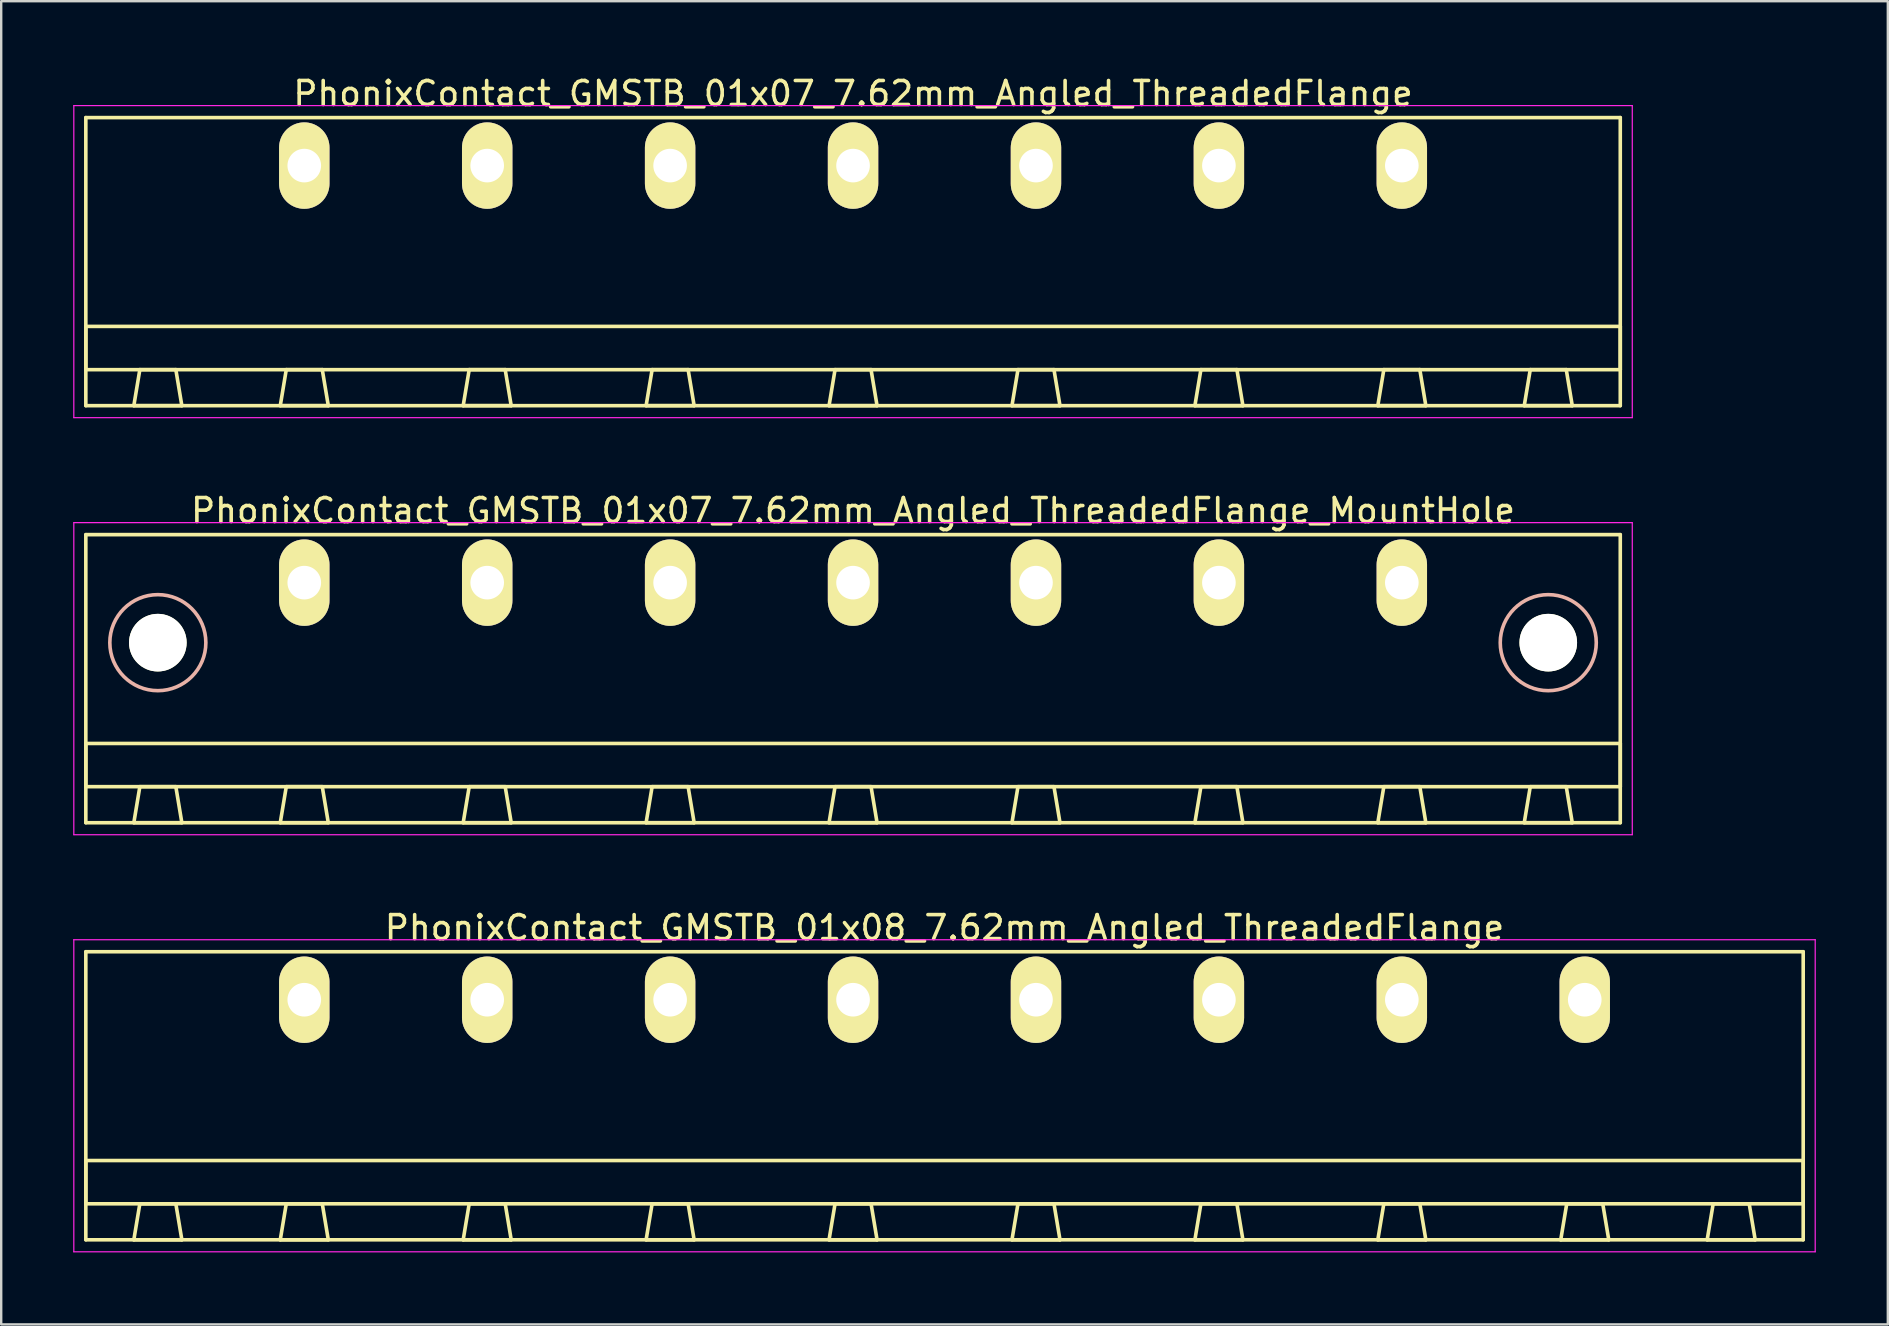
<source format=kicad_pcb>
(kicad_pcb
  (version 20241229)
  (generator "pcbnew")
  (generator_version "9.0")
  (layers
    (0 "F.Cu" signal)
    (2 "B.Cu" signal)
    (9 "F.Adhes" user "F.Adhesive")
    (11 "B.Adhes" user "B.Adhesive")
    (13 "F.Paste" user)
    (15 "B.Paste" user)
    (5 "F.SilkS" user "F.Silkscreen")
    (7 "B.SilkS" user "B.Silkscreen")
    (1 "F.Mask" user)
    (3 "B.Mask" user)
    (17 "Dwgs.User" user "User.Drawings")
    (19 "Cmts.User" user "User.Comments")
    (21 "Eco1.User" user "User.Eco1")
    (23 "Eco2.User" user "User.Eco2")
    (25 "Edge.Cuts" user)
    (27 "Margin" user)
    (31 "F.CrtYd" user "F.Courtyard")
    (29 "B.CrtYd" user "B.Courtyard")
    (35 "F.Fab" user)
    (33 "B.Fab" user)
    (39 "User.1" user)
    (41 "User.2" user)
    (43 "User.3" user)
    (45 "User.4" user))
  (footprint "PhonixContact_GMSTB_01x08_7.62mm_Angled_ThreadedFlange"
    (layer "F.Cu")
    (at 9.625 38.595)
    (property "Reference" "PhonixContact_GMSTB_01x08_7.62mm_Angled_ThreadedFlange" (at 26.67 -3 0) (layer "F.SilkS") (effects (font (size 1 1) (thickness 0.15))))
    (attr through_hole)
    (fp_line (start -9.1 -2) (end -9.1 10) (stroke (width 0.15) (type solid)) (layer "F.SilkS"))
    (fp_line (start -9.1 6.7) (end 62.44 6.7) (stroke (width 0.15) (type solid)) (layer "F.SilkS"))
    (fp_line (start -9.1 8.5) (end -9.1 6.7) (stroke (width 0.15) (type solid)) (layer "F.SilkS"))
    (fp_line (start -9.1 10) (end 62.44 10) (stroke (width 0.15) (type solid)) (layer "F.SilkS"))
    (fp_line (start -7.1 10) (end -5.1 10) (stroke (width 0.15) (type solid)) (layer "F.SilkS"))
    (fp_line (start -6.85 8.5) (end -7.1 10) (stroke (width 0.15) (type solid)) (layer "F.SilkS"))
    (fp_line (start -5.35 8.5) (end -6.85 8.5) (stroke (width 0.15) (type solid)) (layer "F.SilkS"))
    (fp_line (start -5.1 10) (end -5.35 8.5) (stroke (width 0.15) (type solid)) (layer "F.SilkS"))
    (fp_line (start -1 10) (end 1 10) (stroke (width 0.15) (type solid)) (layer "F.SilkS"))
    (fp_line (start -0.75 8.5) (end -1 10) (stroke (width 0.15) (type solid)) (layer "F.SilkS"))
    (fp_line (start 0.75 8.5) (end -0.75 8.5) (stroke (width 0.15) (type solid)) (layer "F.SilkS"))
    (fp_line (start 1 10) (end 0.75 8.5) (stroke (width 0.15) (type solid)) (layer "F.SilkS"))
    (fp_line (start 6.62 10) (end 8.62 10) (stroke (width 0.15) (type solid)) (layer "F.SilkS"))
    (fp_line (start 6.87 8.5) (end 6.62 10) (stroke (width 0.15) (type solid)) (layer "F.SilkS"))
    (fp_line (start 8.37 8.5) (end 6.87 8.5) (stroke (width 0.15) (type solid)) (layer "F.SilkS"))
    (fp_line (start 8.62 10) (end 8.37 8.5) (stroke (width 0.15) (type solid)) (layer "F.SilkS"))
    (fp_line (start 14.24 10) (end 16.24 10) (stroke (width 0.15) (type solid)) (layer "F.SilkS"))
    (fp_line (start 14.49 8.5) (end 14.24 10) (stroke (width 0.15) (type solid)) (layer "F.SilkS"))
    (fp_line (start 15.99 8.5) (end 14.49 8.5) (stroke (width 0.15) (type solid)) (layer "F.SilkS"))
    (fp_line (start 16.24 10) (end 15.99 8.5) (stroke (width 0.15) (type solid)) (layer "F.SilkS"))
    (fp_line (start 21.86 10) (end 23.86 10) (stroke (width 0.15) (type solid)) (layer "F.SilkS"))
    (fp_line (start 22.11 8.5) (end 21.86 10) (stroke (width 0.15) (type solid)) (layer "F.SilkS"))
    (fp_line (start 23.61 8.5) (end 22.11 8.5) (stroke (width 0.15) (type solid)) (layer "F.SilkS"))
    (fp_line (start 23.86 10) (end 23.61 8.5) (stroke (width 0.15) (type solid)) (layer "F.SilkS"))
    (fp_line (start 29.48 10) (end 31.48 10) (stroke (width 0.15) (type solid)) (layer "F.SilkS"))
    (fp_line (start 29.73 8.5) (end 29.48 10) (stroke (width 0.15) (type solid)) (layer "F.SilkS"))
    (fp_line (start 31.23 8.5) (end 29.73 8.5) (stroke (width 0.15) (type solid)) (layer "F.SilkS"))
    (fp_line (start 31.48 10) (end 31.23 8.5) (stroke (width 0.15) (type solid)) (layer "F.SilkS"))
    (fp_line (start 37.1 10) (end 39.1 10) (stroke (width 0.15) (type solid)) (layer "F.SilkS"))
    (fp_line (start 37.35 8.5) (end 37.1 10) (stroke (width 0.15) (type solid)) (layer "F.SilkS"))
    (fp_line (start 38.85 8.5) (end 37.35 8.5) (stroke (width 0.15) (type solid)) (layer "F.SilkS"))
    (fp_line (start 39.1 10) (end 38.85 8.5) (stroke (width 0.15) (type solid)) (layer "F.SilkS"))
    (fp_line (start 44.72 10) (end 46.72 10) (stroke (width 0.15) (type solid)) (layer "F.SilkS"))
    (fp_line (start 44.97 8.5) (end 44.72 10) (stroke (width 0.15) (type solid)) (layer "F.SilkS"))
    (fp_line (start 46.47 8.5) (end 44.97 8.5) (stroke (width 0.15) (type solid)) (layer "F.SilkS"))
    (fp_line (start 46.72 10) (end 46.47 8.5) (stroke (width 0.15) (type solid)) (layer "F.SilkS"))
    (fp_line (start 52.34 10) (end 54.34 10) (stroke (width 0.15) (type solid)) (layer "F.SilkS"))
    (fp_line (start 52.59 8.5) (end 52.34 10) (stroke (width 0.15) (type solid)) (layer "F.SilkS"))
    (fp_line (start 54.09 8.5) (end 52.59 8.5) (stroke (width 0.15) (type solid)) (layer "F.SilkS"))
    (fp_line (start 54.34 10) (end 54.09 8.5) (stroke (width 0.15) (type solid)) (layer "F.SilkS"))
    (fp_line (start 58.44 10) (end 60.44 10) (stroke (width 0.15) (type solid)) (layer "F.SilkS"))
    (fp_line (start 58.69 8.5) (end 58.44 10) (stroke (width 0.15) (type solid)) (layer "F.SilkS"))
    (fp_line (start 60.19 8.5) (end 58.69 8.5) (stroke (width 0.15) (type solid)) (layer "F.SilkS"))
    (fp_line (start 60.44 10) (end 60.19 8.5) (stroke (width 0.15) (type solid)) (layer "F.SilkS"))
    (fp_line (start 62.44 -2) (end -9.1 -2) (stroke (width 0.15) (type solid)) (layer "F.SilkS"))
    (fp_line (start 62.44 6.7) (end 62.44 8.5) (stroke (width 0.15) (type solid)) (layer "F.SilkS"))
    (fp_line (start 62.44 8.5) (end -9.1 8.5) (stroke (width 0.15) (type solid)) (layer "F.SilkS"))
    (fp_line (start 62.44 10) (end 62.44 -2) (stroke (width 0.15) (type solid)) (layer "F.SilkS"))
    (fp_line (start -9.6 -2.5) (end -9.6 10.5) (stroke (width 0.05) (type solid)) (layer "F.CrtYd"))
    (fp_line (start -9.6 10.5) (end 62.94 10.5) (stroke (width 0.05) (type solid)) (layer "F.CrtYd"))
    (fp_line (start 62.94 -2.5) (end -9.6 -2.5) (stroke (width 0.05) (type solid)) (layer "F.CrtYd"))
    (fp_line (start 62.94 10.5) (end 62.94 -2.5) (stroke (width 0.05) (type solid)) (layer "F.CrtYd"))
    (pad "1" thru_hole oval (at 0 0) (size 2.1 3.6) (drill 1.4) (layers "*.Cu" "*.Mask" "F.SilkS"))
    (pad "2" thru_hole oval (at 7.62 0) (size 2.1 3.6) (drill 1.4) (layers "*.Cu" "*.Mask" "F.SilkS"))
    (pad "3" thru_hole oval (at 15.24 0) (size 2.1 3.6) (drill 1.4) (layers "*.Cu" "*.Mask" "F.SilkS"))
    (pad "4" thru_hole oval (at 22.86 0) (size 2.1 3.6) (drill 1.4) (layers "*.Cu" "*.Mask" "F.SilkS"))
    (pad "5" thru_hole oval (at 30.48 0) (size 2.1 3.6) (drill 1.4) (layers "*.Cu" "*.Mask" "F.SilkS"))
    (pad "6" thru_hole oval (at 38.1 0) (size 2.1 3.6) (drill 1.4) (layers "*.Cu" "*.Mask" "F.SilkS"))
    (pad "7" thru_hole oval (at 45.72 0) (size 2.1 3.6) (drill 1.4) (layers "*.Cu" "*.Mask" "F.SilkS"))
    (pad "8" thru_hole oval (at 53.34 0) (size 2.1 3.6) (drill 1.4) (layers "*.Cu" "*.Mask" "F.SilkS")))
  (footprint "PhonixContact_GMSTB_01x07_7.62mm_Angled_ThreadedFlange"
    (layer "F.Cu")
    (at 9.625 3.848)
    (property "Reference" "PhonixContact_GMSTB_01x07_7.62mm_Angled_ThreadedFlange" (at 22.86 -3 0) (layer "F.SilkS") (effects (font (size 1 1) (thickness 0.15))))
    (attr through_hole)
    (fp_line (start -9.1 -2) (end -9.1 10) (stroke (width 0.15) (type solid)) (layer "F.SilkS"))
    (fp_line (start -9.1 6.7) (end 54.82 6.7) (stroke (width 0.15) (type solid)) (layer "F.SilkS"))
    (fp_line (start -9.1 8.5) (end -9.1 6.7) (stroke (width 0.15) (type solid)) (layer "F.SilkS"))
    (fp_line (start -9.1 10) (end 54.82 10) (stroke (width 0.15) (type solid)) (layer "F.SilkS"))
    (fp_line (start -7.1 10) (end -5.1 10) (stroke (width 0.15) (type solid)) (layer "F.SilkS"))
    (fp_line (start -6.85 8.5) (end -7.1 10) (stroke (width 0.15) (type solid)) (layer "F.SilkS"))
    (fp_line (start -5.35 8.5) (end -6.85 8.5) (stroke (width 0.15) (type solid)) (layer "F.SilkS"))
    (fp_line (start -5.1 10) (end -5.35 8.5) (stroke (width 0.15) (type solid)) (layer "F.SilkS"))
    (fp_line (start -1 10) (end 1 10) (stroke (width 0.15) (type solid)) (layer "F.SilkS"))
    (fp_line (start -0.75 8.5) (end -1 10) (stroke (width 0.15) (type solid)) (layer "F.SilkS"))
    (fp_line (start 0.75 8.5) (end -0.75 8.5) (stroke (width 0.15) (type solid)) (layer "F.SilkS"))
    (fp_line (start 1 10) (end 0.75 8.5) (stroke (width 0.15) (type solid)) (layer "F.SilkS"))
    (fp_line (start 6.62 10) (end 8.62 10) (stroke (width 0.15) (type solid)) (layer "F.SilkS"))
    (fp_line (start 6.87 8.5) (end 6.62 10) (stroke (width 0.15) (type solid)) (layer "F.SilkS"))
    (fp_line (start 8.37 8.5) (end 6.87 8.5) (stroke (width 0.15) (type solid)) (layer "F.SilkS"))
    (fp_line (start 8.62 10) (end 8.37 8.5) (stroke (width 0.15) (type solid)) (layer "F.SilkS"))
    (fp_line (start 14.24 10) (end 16.24 10) (stroke (width 0.15) (type solid)) (layer "F.SilkS"))
    (fp_line (start 14.49 8.5) (end 14.24 10) (stroke (width 0.15) (type solid)) (layer "F.SilkS"))
    (fp_line (start 15.99 8.5) (end 14.49 8.5) (stroke (width 0.15) (type solid)) (layer "F.SilkS"))
    (fp_line (start 16.24 10) (end 15.99 8.5) (stroke (width 0.15) (type solid)) (layer "F.SilkS"))
    (fp_line (start 21.86 10) (end 23.86 10) (stroke (width 0.15) (type solid)) (layer "F.SilkS"))
    (fp_line (start 22.11 8.5) (end 21.86 10) (stroke (width 0.15) (type solid)) (layer "F.SilkS"))
    (fp_line (start 23.61 8.5) (end 22.11 8.5) (stroke (width 0.15) (type solid)) (layer "F.SilkS"))
    (fp_line (start 23.86 10) (end 23.61 8.5) (stroke (width 0.15) (type solid)) (layer "F.SilkS"))
    (fp_line (start 29.48 10) (end 31.48 10) (stroke (width 0.15) (type solid)) (layer "F.SilkS"))
    (fp_line (start 29.73 8.5) (end 29.48 10) (stroke (width 0.15) (type solid)) (layer "F.SilkS"))
    (fp_line (start 31.23 8.5) (end 29.73 8.5) (stroke (width 0.15) (type solid)) (layer "F.SilkS"))
    (fp_line (start 31.48 10) (end 31.23 8.5) (stroke (width 0.15) (type solid)) (layer "F.SilkS"))
    (fp_line (start 37.1 10) (end 39.1 10) (stroke (width 0.15) (type solid)) (layer "F.SilkS"))
    (fp_line (start 37.35 8.5) (end 37.1 10) (stroke (width 0.15) (type solid)) (layer "F.SilkS"))
    (fp_line (start 38.85 8.5) (end 37.35 8.5) (stroke (width 0.15) (type solid)) (layer "F.SilkS"))
    (fp_line (start 39.1 10) (end 38.85 8.5) (stroke (width 0.15) (type solid)) (layer "F.SilkS"))
    (fp_line (start 44.72 10) (end 46.72 10) (stroke (width 0.15) (type solid)) (layer "F.SilkS"))
    (fp_line (start 44.97 8.5) (end 44.72 10) (stroke (width 0.15) (type solid)) (layer "F.SilkS"))
    (fp_line (start 46.47 8.5) (end 44.97 8.5) (stroke (width 0.15) (type solid)) (layer "F.SilkS"))
    (fp_line (start 46.72 10) (end 46.47 8.5) (stroke (width 0.15) (type solid)) (layer "F.SilkS"))
    (fp_line (start 50.82 10) (end 52.82 10) (stroke (width 0.15) (type solid)) (layer "F.SilkS"))
    (fp_line (start 51.07 8.5) (end 50.82 10) (stroke (width 0.15) (type solid)) (layer "F.SilkS"))
    (fp_line (start 52.57 8.5) (end 51.07 8.5) (stroke (width 0.15) (type solid)) (layer "F.SilkS"))
    (fp_line (start 52.82 10) (end 52.57 8.5) (stroke (width 0.15) (type solid)) (layer "F.SilkS"))
    (fp_line (start 54.82 -2) (end -9.1 -2) (stroke (width 0.15) (type solid)) (layer "F.SilkS"))
    (fp_line (start 54.82 6.7) (end 54.82 8.5) (stroke (width 0.15) (type solid)) (layer "F.SilkS"))
    (fp_line (start 54.82 8.5) (end -9.1 8.5) (stroke (width 0.15) (type solid)) (layer "F.SilkS"))
    (fp_line (start 54.82 10) (end 54.82 -2) (stroke (width 0.15) (type solid)) (layer "F.SilkS"))
    (fp_line (start -9.6 -2.5) (end -9.6 10.5) (stroke (width 0.05) (type solid)) (layer "F.CrtYd"))
    (fp_line (start -9.6 10.5) (end 55.32 10.5) (stroke (width 0.05) (type solid)) (layer "F.CrtYd"))
    (fp_line (start 55.32 -2.5) (end -9.6 -2.5) (stroke (width 0.05) (type solid)) (layer "F.CrtYd"))
    (fp_line (start 55.32 10.5) (end 55.32 -2.5) (stroke (width 0.05) (type solid)) (layer "F.CrtYd"))
    (pad "1" thru_hole oval (at 0 0) (size 2.1 3.6) (drill 1.4) (layers "*.Cu" "*.Mask" "F.SilkS"))
    (pad "2" thru_hole oval (at 7.62 0) (size 2.1 3.6) (drill 1.4) (layers "*.Cu" "*.Mask" "F.SilkS"))
    (pad "3" thru_hole oval (at 15.24 0) (size 2.1 3.6) (drill 1.4) (layers "*.Cu" "*.Mask" "F.SilkS"))
    (pad "4" thru_hole oval (at 22.86 0) (size 2.1 3.6) (drill 1.4) (layers "*.Cu" "*.Mask" "F.SilkS"))
    (pad "5" thru_hole oval (at 30.48 0) (size 2.1 3.6) (drill 1.4) (layers "*.Cu" "*.Mask" "F.SilkS"))
    (pad "6" thru_hole oval (at 38.1 0) (size 2.1 3.6) (drill 1.4) (layers "*.Cu" "*.Mask" "F.SilkS"))
    (pad "7" thru_hole oval (at 45.72 0) (size 2.1 3.6) (drill 1.4) (layers "*.Cu" "*.Mask" "F.SilkS")))
  (footprint "PhonixContact_GMSTB_01x07_7.62mm_Angled_ThreadedFlange_MountHole"
    (layer "F.Cu")
    (at 9.625 21.221)
    (property "Reference" "PhonixContact_GMSTB_01x07_7.62mm_Angled_ThreadedFlange_MountHole" (at 22.86 -3 0) (layer "F.SilkS") (effects (font (size 1 1) (thickness 0.15))))
    (attr through_hole)
    (fp_line (start -9.1 -2) (end -9.1 10) (stroke (width 0.15) (type solid)) (layer "F.SilkS"))
    (fp_line (start -9.1 6.7) (end 54.82 6.7) (stroke (width 0.15) (type solid)) (layer "F.SilkS"))
    (fp_line (start -9.1 8.5) (end -9.1 6.7) (stroke (width 0.15) (type solid)) (layer "F.SilkS"))
    (fp_line (start -9.1 10) (end 54.82 10) (stroke (width 0.15) (type solid)) (layer "F.SilkS"))
    (fp_line (start -7.1 10) (end -5.1 10) (stroke (width 0.15) (type solid)) (layer "F.SilkS"))
    (fp_line (start -6.85 8.5) (end -7.1 10) (stroke (width 0.15) (type solid)) (layer "F.SilkS"))
    (fp_line (start -5.35 8.5) (end -6.85 8.5) (stroke (width 0.15) (type solid)) (layer "F.SilkS"))
    (fp_line (start -5.1 10) (end -5.35 8.5) (stroke (width 0.15) (type solid)) (layer "F.SilkS"))
    (fp_line (start -1 10) (end 1 10) (stroke (width 0.15) (type solid)) (layer "F.SilkS"))
    (fp_line (start -0.75 8.5) (end -1 10) (stroke (width 0.15) (type solid)) (layer "F.SilkS"))
    (fp_line (start 0.75 8.5) (end -0.75 8.5) (stroke (width 0.15) (type solid)) (layer "F.SilkS"))
    (fp_line (start 1 10) (end 0.75 8.5) (stroke (width 0.15) (type solid)) (layer "F.SilkS"))
    (fp_line (start 6.62 10) (end 8.62 10) (stroke (width 0.15) (type solid)) (layer "F.SilkS"))
    (fp_line (start 6.87 8.5) (end 6.62 10) (stroke (width 0.15) (type solid)) (layer "F.SilkS"))
    (fp_line (start 8.37 8.5) (end 6.87 8.5) (stroke (width 0.15) (type solid)) (layer "F.SilkS"))
    (fp_line (start 8.62 10) (end 8.37 8.5) (stroke (width 0.15) (type solid)) (layer "F.SilkS"))
    (fp_line (start 14.24 10) (end 16.24 10) (stroke (width 0.15) (type solid)) (layer "F.SilkS"))
    (fp_line (start 14.49 8.5) (end 14.24 10) (stroke (width 0.15) (type solid)) (layer "F.SilkS"))
    (fp_line (start 15.99 8.5) (end 14.49 8.5) (stroke (width 0.15) (type solid)) (layer "F.SilkS"))
    (fp_line (start 16.24 10) (end 15.99 8.5) (stroke (width 0.15) (type solid)) (layer "F.SilkS"))
    (fp_line (start 21.86 10) (end 23.86 10) (stroke (width 0.15) (type solid)) (layer "F.SilkS"))
    (fp_line (start 22.11 8.5) (end 21.86 10) (stroke (width 0.15) (type solid)) (layer "F.SilkS"))
    (fp_line (start 23.61 8.5) (end 22.11 8.5) (stroke (width 0.15) (type solid)) (layer "F.SilkS"))
    (fp_line (start 23.86 10) (end 23.61 8.5) (stroke (width 0.15) (type solid)) (layer "F.SilkS"))
    (fp_line (start 29.48 10) (end 31.48 10) (stroke (width 0.15) (type solid)) (layer "F.SilkS"))
    (fp_line (start 29.73 8.5) (end 29.48 10) (stroke (width 0.15) (type solid)) (layer "F.SilkS"))
    (fp_line (start 31.23 8.5) (end 29.73 8.5) (stroke (width 0.15) (type solid)) (layer "F.SilkS"))
    (fp_line (start 31.48 10) (end 31.23 8.5) (stroke (width 0.15) (type solid)) (layer "F.SilkS"))
    (fp_line (start 37.1 10) (end 39.1 10) (stroke (width 0.15) (type solid)) (layer "F.SilkS"))
    (fp_line (start 37.35 8.5) (end 37.1 10) (stroke (width 0.15) (type solid)) (layer "F.SilkS"))
    (fp_line (start 38.85 8.5) (end 37.35 8.5) (stroke (width 0.15) (type solid)) (layer "F.SilkS"))
    (fp_line (start 39.1 10) (end 38.85 8.5) (stroke (width 0.15) (type solid)) (layer "F.SilkS"))
    (fp_line (start 44.72 10) (end 46.72 10) (stroke (width 0.15) (type solid)) (layer "F.SilkS"))
    (fp_line (start 44.97 8.5) (end 44.72 10) (stroke (width 0.15) (type solid)) (layer "F.SilkS"))
    (fp_line (start 46.47 8.5) (end 44.97 8.5) (stroke (width 0.15) (type solid)) (layer "F.SilkS"))
    (fp_line (start 46.72 10) (end 46.47 8.5) (stroke (width 0.15) (type solid)) (layer "F.SilkS"))
    (fp_line (start 50.82 10) (end 52.82 10) (stroke (width 0.15) (type solid)) (layer "F.SilkS"))
    (fp_line (start 51.07 8.5) (end 50.82 10) (stroke (width 0.15) (type solid)) (layer "F.SilkS"))
    (fp_line (start 52.57 8.5) (end 51.07 8.5) (stroke (width 0.15) (type solid)) (layer "F.SilkS"))
    (fp_line (start 52.82 10) (end 52.57 8.5) (stroke (width 0.15) (type solid)) (layer "F.SilkS"))
    (fp_line (start 54.82 -2) (end -9.1 -2) (stroke (width 0.15) (type solid)) (layer "F.SilkS"))
    (fp_line (start 54.82 6.7) (end 54.82 8.5) (stroke (width 0.15) (type solid)) (layer "F.SilkS"))
    (fp_line (start 54.82 8.5) (end -9.1 8.5) (stroke (width 0.15) (type solid)) (layer "F.SilkS"))
    (fp_line (start 54.82 10) (end 54.82 -2) (stroke (width 0.15) (type solid)) (layer "F.SilkS"))
    (fp_circle (center -6.1 2.5) (end -4.1 2.5) (stroke (width 0.15) (type solid)) (fill no) (layer "B.SilkS"))
    (fp_circle (center 51.82 2.5) (end 53.82 2.5) (stroke (width 0.15) (type solid)) (fill no) (layer "B.SilkS"))
    (fp_line (start -9.6 -2.5) (end -9.6 10.5) (stroke (width 0.05) (type solid)) (layer "F.CrtYd"))
    (fp_line (start -9.6 10.5) (end 55.32 10.5) (stroke (width 0.05) (type solid)) (layer "F.CrtYd"))
    (fp_line (start 55.32 -2.5) (end -9.6 -2.5) (stroke (width 0.05) (type solid)) (layer "F.CrtYd"))
    (fp_line (start 55.32 10.5) (end 55.32 -2.5) (stroke (width 0.05) (type solid)) (layer "F.CrtYd"))
    (pad "" np_thru_hole circle (at -6.1 2.5) (size 2.4 2.4) (drill 2.4) (layers "*.Cu" "*.Mask" "F.SilkS"))
    (pad "" np_thru_hole circle (at 51.82 2.5) (size 2.4 2.4) (drill 2.4) (layers "*.Cu" "*.Mask" "F.SilkS"))
    (pad "1" thru_hole oval (at 0 0) (size 2.1 3.6) (drill 1.4) (layers "*.Cu" "*.Mask" "F.SilkS"))
    (pad "2" thru_hole oval (at 7.62 0) (size 2.1 3.6) (drill 1.4) (layers "*.Cu" "*.Mask" "F.SilkS"))
    (pad "3" thru_hole oval (at 15.24 0) (size 2.1 3.6) (drill 1.4) (layers "*.Cu" "*.Mask" "F.SilkS"))
    (pad "4" thru_hole oval (at 22.86 0) (size 2.1 3.6) (drill 1.4) (layers "*.Cu" "*.Mask" "F.SilkS"))
    (pad "5" thru_hole oval (at 30.48 0) (size 2.1 3.6) (drill 1.4) (layers "*.Cu" "*.Mask" "F.SilkS"))
    (pad "6" thru_hole oval (at 38.1 0) (size 2.1 3.6) (drill 1.4) (layers "*.Cu" "*.Mask" "F.SilkS"))
    (pad "7" thru_hole oval (at 45.72 0) (size 2.1 3.6) (drill 1.4) (layers "*.Cu" "*.Mask" "F.SilkS")))
  (gr_rect
    (start -3 -3)
    (end 75.59 52.12)
    (stroke (width 0.1) (type default))
    (fill no)
    (layer "Edge.Cuts")))
</source>
